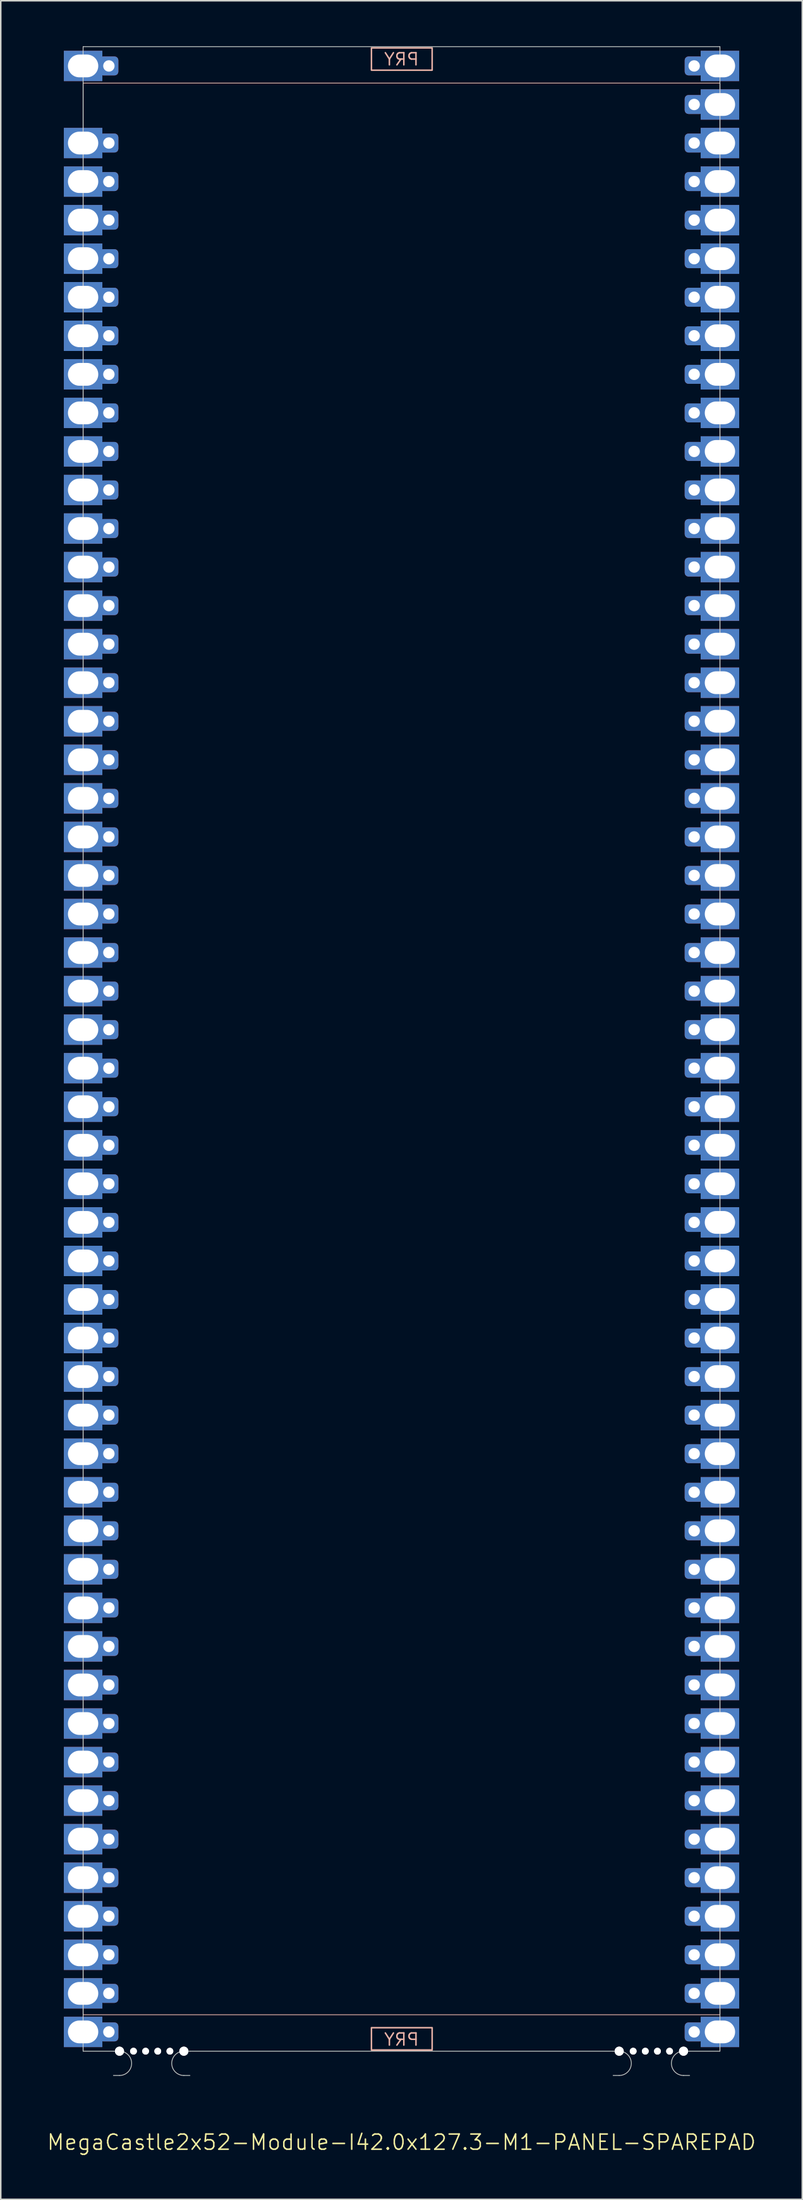
<source format=kicad_pcb>
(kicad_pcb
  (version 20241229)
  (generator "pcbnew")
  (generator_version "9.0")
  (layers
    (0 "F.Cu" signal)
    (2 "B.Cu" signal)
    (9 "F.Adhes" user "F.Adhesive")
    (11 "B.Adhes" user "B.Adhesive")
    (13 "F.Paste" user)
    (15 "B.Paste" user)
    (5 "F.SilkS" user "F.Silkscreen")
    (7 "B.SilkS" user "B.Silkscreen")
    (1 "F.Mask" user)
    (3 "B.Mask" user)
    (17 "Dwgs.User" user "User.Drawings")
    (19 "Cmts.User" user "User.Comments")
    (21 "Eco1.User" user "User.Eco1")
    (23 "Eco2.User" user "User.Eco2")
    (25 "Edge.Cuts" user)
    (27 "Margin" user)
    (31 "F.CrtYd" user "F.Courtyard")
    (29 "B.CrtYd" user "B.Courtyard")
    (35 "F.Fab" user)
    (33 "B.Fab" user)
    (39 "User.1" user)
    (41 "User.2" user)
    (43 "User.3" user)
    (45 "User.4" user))
  (footprint "MegaCastle2x52-Module-I42.0x127.3-M1-PANEL-SPAREPAD"
    (layer "F.Cu")
    (at 23.431 66.065)
    (property "Reference" "MegaCastle2x52-Module-I42.0x127.3-M1-PANEL-SPAREPAD" (at 0 72.04 0) (unlocked yes) (layer "F.SilkS") (effects (font (size 1 1) (thickness 0.1))))
    (attr smd)
    (fp_rect (start -21 63.64) (end 21 -63.64) (stroke (width 0.05) (type default)) (fill no) (layer "B.SilkS"))
    (fp_rect (start -1.984 -64.491) (end 2.02 -65.96) (stroke (width 0.1) (type default)) (fill no) (layer "B.SilkS"))
    (fp_rect (start -1.984 64.491) (end 2.02 65.96) (stroke (width 0.1) (type default)) (fill no) (layer "B.SilkS"))
    (fp_line (start -21 -66.04) (end -21 66.04) (stroke (width 0.05) (type default)) (layer "Edge.Cuts"))
    (fp_line (start -21 -66.04) (end 21 -66.04) (stroke (width 0.05) (type default)) (layer "Edge.Cuts"))
    (fp_line (start -21 66.04) (end -19 66.04) (stroke (width 0.05) (type default)) (layer "Edge.Cuts"))
    (fp_line (start -19 66.04) (end -18.6 66.04) (stroke (width 0.05) (type default)) (layer "Edge.Cuts"))
    (fp_line (start -19 67.64) (end -18.6 67.64) (stroke (width 0.05) (type default)) (layer "Edge.Cuts"))
    (fp_line (start -13.955 66.04) (end -14.355 66.04) (stroke (width 0.05) (type default)) (layer "Edge.Cuts"))
    (fp_line (start -13.955 66.04) (end 13.955 66.04) (stroke (width 0.05) (type default)) (layer "Edge.Cuts"))
    (fp_line (start -13.955 67.64) (end -14.355 67.64) (stroke (width 0.05) (type default)) (layer "Edge.Cuts"))
    (fp_line (start 13.955 66.04) (end 14.355 66.04) (stroke (width 0.05) (type default)) (layer "Edge.Cuts"))
    (fp_line (start 13.955 67.64) (end 14.355 67.64) (stroke (width 0.05) (type default)) (layer "Edge.Cuts"))
    (fp_line (start 19 66.04) (end 18.6 66.04) (stroke (width 0.05) (type default)) (layer "Edge.Cuts"))
    (fp_line (start 19 66.04) (end 21 66.04) (stroke (width 0.05) (type default)) (layer "Edge.Cuts"))
    (fp_line (start 19 67.64) (end 18.6 67.64) (stroke (width 0.05) (type default)) (layer "Edge.Cuts"))
    (fp_line (start 21 -66.04) (end 21 66.04) (stroke (width 0.05) (type default)) (layer "Edge.Cuts"))
    (fp_arc (start -18.6 66.040001) (mid -17.799999 66.839996) (end -18.6 67.639999) (stroke (width 0.05) (type default)) (layer "Edge.Cuts"))
    (fp_arc (start -14.355 67.639999) (mid -15.155 66.84) (end -14.355 66.040001) (stroke (width 0.05) (type default)) (layer "Edge.Cuts"))
    (fp_arc (start 14.355001 66.040001) (mid 15.155002 66.839996) (end 14.355001 67.639999) (stroke (width 0.05) (type default)) (layer "Edge.Cuts"))
    (fp_arc (start 18.600002 67.639999) (mid 17.800001 66.84) (end 18.600002 66.040001) (stroke (width 0.05) (type default)) (layer "Edge.Cuts"))
    (fp_text user "PRY" (at 0 65.74 0) (unlocked yes) (layer "B.SilkS") (effects (font (size 0.8 0.8) (thickness 0.1)) (justify bottom mirror)))
    (fp_text user "PRY" (at 0 -64.74 0) (unlocked yes) (layer "B.SilkS") (effects (font (size 0.8 0.8) (thickness 0.1)) (justify bottom mirror)))
    (pad "" np_thru_hole circle (at -18.6 66.04) (size 0.6 0.6) (drill 0.6) (layers "*.Cu" "Edge.Cuts"))
    (pad "" np_thru_hole circle (at -17.677 66.04) (size 0.45 0.45) (drill 0.45) (layers "*.Cu" "Edge.Cuts"))
    (pad "" np_thru_hole circle (at -16.878 66.04) (size 0.45 0.45) (drill 0.45) (layers "*.Cu" "Edge.Cuts"))
    (pad "" np_thru_hole circle (at -16.077 66.04) (size 0.45 0.45) (drill 0.45) (layers "*.Cu" "Edge.Cuts"))
    (pad "" np_thru_hole circle (at -15.277 66.04) (size 0.45 0.45) (drill 0.45) (layers "*.Cu" "Edge.Cuts"))
    (pad "" np_thru_hole circle (at -14.355 66.04) (size 0.6 0.6) (drill 0.6) (layers "*.Cu" "Edge.Cuts"))
    (pad "" np_thru_hole circle (at 14.355 66.04) (size 0.6 0.6) (drill 0.6) (layers "*.Cu" "Edge.Cuts"))
    (pad "" np_thru_hole circle (at 15.278 66.04) (size 0.45 0.45) (drill 0.45) (layers "*.Cu" "Edge.Cuts"))
    (pad "" np_thru_hole circle (at 16.078 66.04) (size 0.45 0.45) (drill 0.45) (layers "*.Cu" "Edge.Cuts"))
    (pad "" np_thru_hole circle (at 16.878 66.04) (size 0.45 0.45) (drill 0.45) (layers "*.Cu" "Edge.Cuts"))
    (pad "" np_thru_hole circle (at 17.678 66.04) (size 0.45 0.45) (drill 0.45) (layers "*.Cu" "Edge.Cuts"))
    (pad "" np_thru_hole circle (at 18.6 66.04) (size 0.6 0.6) (drill 0.6) (layers "*.Cu" "Edge.Cuts"))
    (pad "1" thru_hole rect (at -21 -64.77) (size 2.54 2) (drill oval 2 1.5) (property pad_prop_castellated) (layers "*.Cu" "*.Mask"))
    (pad "1" thru_hole roundrect (at -19.3 -64.77 180) (size 1.25 1.25) (drill 0.75) (layers "*.Cu" "*.Mask") (roundrect_rratio 0.2))
    (pad "3" thru_hole rect (at -21 -59.69) (size 2.54 2) (drill oval 2 1.5) (property pad_prop_castellated) (layers "*.Cu" "*.Mask"))
    (pad "3" thru_hole roundrect (at -19.3 -59.69 180) (size 1.25 1.25) (drill 0.75) (layers "*.Cu" "*.Mask") (roundrect_rratio 0.2))
    (pad "4" thru_hole rect (at -21 -57.15) (size 2.54 2) (drill oval 2 1.5) (property pad_prop_castellated) (layers "*.Cu" "*.Mask"))
    (pad "4" thru_hole roundrect (at -19.3 -57.15 180) (size 1.25 1.25) (drill 0.75) (layers "*.Cu" "*.Mask") (roundrect_rratio 0.2))
    (pad "5" thru_hole rect (at -21 -54.61) (size 2.54 2) (drill oval 2 1.5) (property pad_prop_castellated) (layers "*.Cu" "*.Mask"))
    (pad "5" thru_hole roundrect (at -19.3 -54.61 180) (size 1.25 1.25) (drill 0.75) (layers "*.Cu" "*.Mask") (roundrect_rratio 0.2))
    (pad "6" thru_hole rect (at -21 -52.07) (size 2.54 2) (drill oval 2 1.5) (property pad_prop_castellated) (layers "*.Cu" "*.Mask"))
    (pad "6" thru_hole roundrect (at -19.3 -52.07 180) (size 1.25 1.25) (drill 0.75) (layers "*.Cu" "*.Mask") (roundrect_rratio 0.2))
    (pad "7" thru_hole rect (at -21 -49.53) (size 2.54 2) (drill oval 2 1.5) (property pad_prop_castellated) (layers "*.Cu" "*.Mask"))
    (pad "7" thru_hole roundrect (at -19.3 -49.53 180) (size 1.25 1.25) (drill 0.75) (layers "*.Cu" "*.Mask") (roundrect_rratio 0.2))
    (pad "8" thru_hole rect (at -21 -46.99) (size 2.54 2) (drill oval 2 1.5) (property pad_prop_castellated) (layers "*.Cu" "*.Mask"))
    (pad "8" thru_hole roundrect (at -19.3 -46.99 180) (size 1.25 1.25) (drill 0.75) (layers "*.Cu" "*.Mask") (roundrect_rratio 0.2))
    (pad "9" thru_hole rect (at -21 -44.45) (size 2.54 2) (drill oval 2 1.5) (property pad_prop_castellated) (layers "*.Cu" "*.Mask"))
    (pad "9" thru_hole roundrect (at -19.3 -44.45 180) (size 1.25 1.25) (drill 0.75) (layers "*.Cu" "*.Mask") (roundrect_rratio 0.2))
    (pad "10" thru_hole rect (at -21 -41.91) (size 2.54 2) (drill oval 2 1.5) (property pad_prop_castellated) (layers "*.Cu" "*.Mask"))
    (pad "10" thru_hole roundrect (at -19.3 -41.91 180) (size 1.25 1.25) (drill 0.75) (layers "*.Cu" "*.Mask") (roundrect_rratio 0.2))
    (pad "11" thru_hole rect (at -21 -39.37) (size 2.54 2) (drill oval 2 1.5) (property pad_prop_castellated) (layers "*.Cu" "*.Mask"))
    (pad "11" thru_hole roundrect (at -19.3 -39.37 180) (size 1.25 1.25) (drill 0.75) (layers "*.Cu" "*.Mask") (roundrect_rratio 0.2))
    (pad "12" thru_hole rect (at -21 -36.83) (size 2.54 2) (drill oval 2 1.5) (property pad_prop_castellated) (layers "*.Cu" "*.Mask"))
    (pad "12" thru_hole roundrect (at -19.3 -36.83 180) (size 1.25 1.25) (drill 0.75) (layers "*.Cu" "*.Mask") (roundrect_rratio 0.2))
    (pad "13" thru_hole rect (at -21 -34.29) (size 2.54 2) (drill oval 2 1.5) (property pad_prop_castellated) (layers "*.Cu" "*.Mask"))
    (pad "13" thru_hole roundrect (at -19.3 -34.29 180) (size 1.25 1.25) (drill 0.75) (layers "*.Cu" "*.Mask") (roundrect_rratio 0.2))
    (pad "14" thru_hole rect (at -21 -31.75) (size 2.54 2) (drill oval 2 1.5) (property pad_prop_castellated) (layers "*.Cu" "*.Mask"))
    (pad "14" thru_hole roundrect (at -19.3 -31.75 180) (size 1.25 1.25) (drill 0.75) (layers "*.Cu" "*.Mask") (roundrect_rratio 0.2))
    (pad "15" thru_hole rect (at -21 -29.21) (size 2.54 2) (drill oval 2 1.5) (property pad_prop_castellated) (layers "*.Cu" "*.Mask"))
    (pad "15" thru_hole roundrect (at -19.3 -29.21 180) (size 1.25 1.25) (drill 0.75) (layers "*.Cu" "*.Mask") (roundrect_rratio 0.2))
    (pad "16" thru_hole rect (at -21 -26.67) (size 2.54 2) (drill oval 2 1.5) (property pad_prop_castellated) (layers "*.Cu" "*.Mask"))
    (pad "16" thru_hole roundrect (at -19.3 -26.67 180) (size 1.25 1.25) (drill 0.75) (layers "*.Cu" "*.Mask") (roundrect_rratio 0.2))
    (pad "17" thru_hole rect (at -21 -24.13) (size 2.54 2) (drill oval 2 1.5) (property pad_prop_castellated) (layers "*.Cu" "*.Mask"))
    (pad "17" thru_hole roundrect (at -19.3 -24.13 180) (size 1.25 1.25) (drill 0.75) (layers "*.Cu" "*.Mask") (roundrect_rratio 0.2))
    (pad "18" thru_hole rect (at -21 -21.59) (size 2.54 2) (drill oval 2 1.5) (property pad_prop_castellated) (layers "*.Cu" "*.Mask"))
    (pad "18" thru_hole roundrect (at -19.3 -21.59 180) (size 1.25 1.25) (drill 0.75) (layers "*.Cu" "*.Mask") (roundrect_rratio 0.2))
    (pad "19" thru_hole rect (at -21 -19.05) (size 2.54 2) (drill oval 2 1.5) (property pad_prop_castellated) (layers "*.Cu" "*.Mask"))
    (pad "19" thru_hole roundrect (at -19.3 -19.05 180) (size 1.25 1.25) (drill 0.75) (layers "*.Cu" "*.Mask") (roundrect_rratio 0.2))
    (pad "20" thru_hole rect (at -21 -16.51) (size 2.54 2) (drill oval 2 1.5) (property pad_prop_castellated) (layers "*.Cu" "*.Mask"))
    (pad "20" thru_hole roundrect (at -19.3 -16.51 180) (size 1.25 1.25) (drill 0.75) (layers "*.Cu" "*.Mask") (roundrect_rratio 0.2))
    (pad "21" thru_hole rect (at -21 -13.97) (size 2.54 2) (drill oval 2 1.5) (property pad_prop_castellated) (layers "*.Cu" "*.Mask"))
    (pad "21" thru_hole roundrect (at -19.3 -13.97 180) (size 1.25 1.25) (drill 0.75) (layers "*.Cu" "*.Mask") (roundrect_rratio 0.2))
    (pad "22" thru_hole rect (at -21 -11.43) (size 2.54 2) (drill oval 2 1.5) (property pad_prop_castellated) (layers "*.Cu" "*.Mask"))
    (pad "22" thru_hole roundrect (at -19.3 -11.43 180) (size 1.25 1.25) (drill 0.75) (layers "*.Cu" "*.Mask") (roundrect_rratio 0.2))
    (pad "23" thru_hole rect (at -21 -8.89) (size 2.54 2) (drill oval 2 1.5) (property pad_prop_castellated) (layers "*.Cu" "*.Mask"))
    (pad "23" thru_hole roundrect (at -19.3 -8.89 180) (size 1.25 1.25) (drill 0.75) (layers "*.Cu" "*.Mask") (roundrect_rratio 0.2))
    (pad "24" thru_hole rect (at -21 -6.35) (size 2.54 2) (drill oval 2 1.5) (property pad_prop_castellated) (layers "*.Cu" "*.Mask"))
    (pad "24" thru_hole roundrect (at -19.3 -6.35 180) (size 1.25 1.25) (drill 0.75) (layers "*.Cu" "*.Mask") (roundrect_rratio 0.2))
    (pad "25" thru_hole rect (at -21 -3.81) (size 2.54 2) (drill oval 2 1.5) (property pad_prop_castellated) (layers "*.Cu" "*.Mask"))
    (pad "25" thru_hole roundrect (at -19.3 -3.81 180) (size 1.25 1.25) (drill 0.75) (layers "*.Cu" "*.Mask") (roundrect_rratio 0.2))
    (pad "26" thru_hole rect (at -21 -1.27) (size 2.54 2) (drill oval 2 1.5) (property pad_prop_castellated) (layers "*.Cu" "*.Mask"))
    (pad "26" thru_hole roundrect (at -19.3 -1.27 180) (size 1.25 1.25) (drill 0.75) (layers "*.Cu" "*.Mask") (roundrect_rratio 0.2))
    (pad "27" thru_hole rect (at -21 1.27) (size 2.54 2) (drill oval 2 1.5) (property pad_prop_castellated) (layers "*.Cu" "*.Mask"))
    (pad "27" thru_hole roundrect (at -19.3 1.27 180) (size 1.25 1.25) (drill 0.75) (layers "*.Cu" "*.Mask") (roundrect_rratio 0.2))
    (pad "28" thru_hole rect (at -21 3.81) (size 2.54 2) (drill oval 2 1.5) (property pad_prop_castellated) (layers "*.Cu" "*.Mask"))
    (pad "28" thru_hole roundrect (at -19.3 3.81 180) (size 1.25 1.25) (drill 0.75) (layers "*.Cu" "*.Mask") (roundrect_rratio 0.2))
    (pad "29" thru_hole rect (at -21 6.35) (size 2.54 2) (drill oval 2 1.5) (property pad_prop_castellated) (layers "*.Cu" "*.Mask"))
    (pad "29" thru_hole roundrect (at -19.3 6.35 180) (size 1.25 1.25) (drill 0.75) (layers "*.Cu" "*.Mask") (roundrect_rratio 0.2))
    (pad "30" thru_hole rect (at -21 8.89) (size 2.54 2) (drill oval 2 1.5) (property pad_prop_castellated) (layers "*.Cu" "*.Mask"))
    (pad "30" thru_hole roundrect (at -19.3 8.89 180) (size 1.25 1.25) (drill 0.75) (layers "*.Cu" "*.Mask") (roundrect_rratio 0.2))
    (pad "31" thru_hole rect (at -21 11.43) (size 2.54 2) (drill oval 2 1.5) (property pad_prop_castellated) (layers "*.Cu" "*.Mask"))
    (pad "31" thru_hole roundrect (at -19.3 11.43 180) (size 1.25 1.25) (drill 0.75) (layers "*.Cu" "*.Mask") (roundrect_rratio 0.2))
    (pad "32" thru_hole rect (at -21 13.97) (size 2.54 2) (drill oval 2 1.5) (property pad_prop_castellated) (layers "*.Cu" "*.Mask"))
    (pad "32" thru_hole roundrect (at -19.3 13.97 180) (size 1.25 1.25) (drill 0.75) (layers "*.Cu" "*.Mask") (roundrect_rratio 0.2))
    (pad "33" thru_hole rect (at -21 16.51) (size 2.54 2) (drill oval 2 1.5) (property pad_prop_castellated) (layers "*.Cu" "*.Mask"))
    (pad "33" thru_hole roundrect (at -19.3 16.51 180) (size 1.25 1.25) (drill 0.75) (layers "*.Cu" "*.Mask") (roundrect_rratio 0.2))
    (pad "34" thru_hole rect (at -21 19.05) (size 2.54 2) (drill oval 2 1.5) (property pad_prop_castellated) (layers "*.Cu" "*.Mask"))
    (pad "34" thru_hole roundrect (at -19.3 19.05 180) (size 1.25 1.25) (drill 0.75) (layers "*.Cu" "*.Mask") (roundrect_rratio 0.2))
    (pad "35" thru_hole rect (at -21 21.59) (size 2.54 2) (drill oval 2 1.5) (property pad_prop_castellated) (layers "*.Cu" "*.Mask"))
    (pad "35" thru_hole roundrect (at -19.3 21.59 180) (size 1.25 1.25) (drill 0.75) (layers "*.Cu" "*.Mask") (roundrect_rratio 0.2))
    (pad "36" thru_hole rect (at -21 24.13) (size 2.54 2) (drill oval 2 1.5) (property pad_prop_castellated) (layers "*.Cu" "*.Mask"))
    (pad "36" thru_hole roundrect (at -19.3 24.13 180) (size 1.25 1.25) (drill 0.75) (layers "*.Cu" "*.Mask") (roundrect_rratio 0.2))
    (pad "37" thru_hole rect (at -21 26.67) (size 2.54 2) (drill oval 2 1.5) (property pad_prop_castellated) (layers "*.Cu" "*.Mask"))
    (pad "37" thru_hole roundrect (at -19.3 26.67 180) (size 1.25 1.25) (drill 0.75) (layers "*.Cu" "*.Mask") (roundrect_rratio 0.2))
    (pad "38" thru_hole rect (at -21 29.21) (size 2.54 2) (drill oval 2 1.5) (property pad_prop_castellated) (layers "*.Cu" "*.Mask"))
    (pad "38" thru_hole roundrect (at -19.3 29.21 180) (size 1.25 1.25) (drill 0.75) (layers "*.Cu" "*.Mask") (roundrect_rratio 0.2))
    (pad "39" thru_hole rect (at -21 31.75) (size 2.54 2) (drill oval 2 1.5) (property pad_prop_castellated) (layers "*.Cu" "*.Mask"))
    (pad "39" thru_hole roundrect (at -19.3 31.75 180) (size 1.25 1.25) (drill 0.75) (layers "*.Cu" "*.Mask") (roundrect_rratio 0.2))
    (pad "40" thru_hole rect (at -21 34.29) (size 2.54 2) (drill oval 2 1.5) (property pad_prop_castellated) (layers "*.Cu" "*.Mask"))
    (pad "40" thru_hole roundrect (at -19.3 34.29 180) (size 1.25 1.25) (drill 0.75) (layers "*.Cu" "*.Mask") (roundrect_rratio 0.2))
    (pad "41" thru_hole rect (at -21 36.83) (size 2.54 2) (drill oval 2 1.5) (property pad_prop_castellated) (layers "*.Cu" "*.Mask"))
    (pad "41" thru_hole roundrect (at -19.3 36.83 180) (size 1.25 1.25) (drill 0.75) (layers "*.Cu" "*.Mask") (roundrect_rratio 0.2))
    (pad "42" thru_hole rect (at -21 39.37) (size 2.54 2) (drill oval 2 1.5) (property pad_prop_castellated) (layers "*.Cu" "*.Mask"))
    (pad "42" thru_hole roundrect (at -19.3 39.37 180) (size 1.25 1.25) (drill 0.75) (layers "*.Cu" "*.Mask") (roundrect_rratio 0.2))
    (pad "43" thru_hole rect (at -21 41.91) (size 2.54 2) (drill oval 2 1.5) (property pad_prop_castellated) (layers "*.Cu" "*.Mask"))
    (pad "43" thru_hole roundrect (at -19.3 41.91 180) (size 1.25 1.25) (drill 0.75) (layers "*.Cu" "*.Mask") (roundrect_rratio 0.2))
    (pad "44" thru_hole rect (at -21 44.45) (size 2.54 2) (drill oval 2 1.5) (property pad_prop_castellated) (layers "*.Cu" "*.Mask"))
    (pad "44" thru_hole roundrect (at -19.3 44.45 180) (size 1.25 1.25) (drill 0.75) (layers "*.Cu" "*.Mask") (roundrect_rratio 0.2))
    (pad "45" thru_hole rect (at -21 46.99) (size 2.54 2) (drill oval 2 1.5) (property pad_prop_castellated) (layers "*.Cu" "*.Mask"))
    (pad "45" thru_hole roundrect (at -19.3 46.99 180) (size 1.25 1.25) (drill 0.75) (layers "*.Cu" "*.Mask") (roundrect_rratio 0.2))
    (pad "46" thru_hole rect (at -21 49.53) (size 2.54 2) (drill oval 2 1.5) (property pad_prop_castellated) (layers "*.Cu" "*.Mask"))
    (pad "46" thru_hole roundrect (at -19.3 49.53 180) (size 1.25 1.25) (drill 0.75) (layers "*.Cu" "*.Mask") (roundrect_rratio 0.2))
    (pad "47" thru_hole rect (at -21 52.07) (size 2.54 2) (drill oval 2 1.5) (property pad_prop_castellated) (layers "*.Cu" "*.Mask"))
    (pad "47" thru_hole roundrect (at -19.3 52.07 180) (size 1.25 1.25) (drill 0.75) (layers "*.Cu" "*.Mask") (roundrect_rratio 0.2))
    (pad "48" thru_hole rect (at -21 54.61) (size 2.54 2) (drill oval 2 1.5) (property pad_prop_castellated) (layers "*.Cu" "*.Mask"))
    (pad "48" thru_hole roundrect (at -19.3 54.61 180) (size 1.25 1.25) (drill 0.75) (layers "*.Cu" "*.Mask") (roundrect_rratio 0.2))
    (pad "49" thru_hole rect (at -21 57.15) (size 2.54 2) (drill oval 2 1.5) (property pad_prop_castellated) (layers "*.Cu" "*.Mask"))
    (pad "49" thru_hole roundrect (at -19.3 57.15 180) (size 1.25 1.25) (drill 0.75) (layers "*.Cu" "*.Mask") (roundrect_rratio 0.2))
    (pad "50" thru_hole rect (at -21 59.69) (size 2.54 2) (drill oval 2 1.5) (property pad_prop_castellated) (layers "*.Cu" "*.Mask"))
    (pad "50" thru_hole roundrect (at -19.3 59.69 180) (size 1.25 1.25) (drill 0.75) (layers "*.Cu" "*.Mask") (roundrect_rratio 0.2))
    (pad "51" thru_hole rect (at -21 62.23) (size 2.54 2) (drill oval 2 1.5) (property pad_prop_castellated) (layers "*.Cu" "*.Mask"))
    (pad "51" thru_hole roundrect (at -19.3 62.23 180) (size 1.25 1.25) (drill 0.75) (layers "*.Cu" "*.Mask") (roundrect_rratio 0.2))
    (pad "52" thru_hole rect (at -21 64.77) (size 2.54 2) (drill oval 2 1.5) (property pad_prop_castellated) (layers "*.Cu" "*.Mask"))
    (pad "52" thru_hole roundrect (at -19.3 64.77 180) (size 1.25 1.25) (drill 0.75) (layers "*.Cu" "*.Mask") (roundrect_rratio 0.2))
    (pad "53" thru_hole roundrect (at 19.3 -64.77 180) (size 1.25 1.25) (drill 0.75) (layers "*.Cu" "*.Mask") (roundrect_rratio 0.2))
    (pad "53" thru_hole rect (at 21 -64.77) (size 2.54 2) (drill oval 2 1.5) (property pad_prop_castellated) (layers "*.Cu" "*.Mask"))
    (pad "54" thru_hole roundrect (at 19.3 -62.23 180) (size 1.25 1.25) (drill 0.75) (layers "*.Cu" "*.Mask") (roundrect_rratio 0.2))
    (pad "54" thru_hole rect (at 21 -62.23) (size 2.54 2) (drill oval 2 1.5) (property pad_prop_castellated) (layers "*.Cu" "*.Mask"))
    (pad "55" thru_hole roundrect (at 19.3 -59.69 180) (size 1.25 1.25) (drill 0.75) (layers "*.Cu" "*.Mask") (roundrect_rratio 0.2))
    (pad "55" thru_hole rect (at 21 -59.69) (size 2.54 2) (drill oval 2 1.5) (property pad_prop_castellated) (layers "*.Cu" "*.Mask"))
    (pad "56" thru_hole roundrect (at 19.3 -57.15 180) (size 1.25 1.25) (drill 0.75) (layers "*.Cu" "*.Mask") (roundrect_rratio 0.2))
    (pad "56" thru_hole rect (at 21 -57.15) (size 2.54 2) (drill oval 2 1.5) (property pad_prop_castellated) (layers "*.Cu" "*.Mask"))
    (pad "57" thru_hole roundrect (at 19.3 -54.61 180) (size 1.25 1.25) (drill 0.75) (layers "*.Cu" "*.Mask") (roundrect_rratio 0.2))
    (pad "57" thru_hole rect (at 21 -54.61) (size 2.54 2) (drill oval 2 1.5) (property pad_prop_castellated) (layers "*.Cu" "*.Mask"))
    (pad "58" thru_hole roundrect (at 19.3 -52.07 180) (size 1.25 1.25) (drill 0.75) (layers "*.Cu" "*.Mask") (roundrect_rratio 0.2))
    (pad "58" thru_hole rect (at 21 -52.07) (size 2.54 2) (drill oval 2 1.5) (property pad_prop_castellated) (layers "*.Cu" "*.Mask"))
    (pad "59" thru_hole roundrect (at 19.3 -49.53 180) (size 1.25 1.25) (drill 0.75) (layers "*.Cu" "*.Mask") (roundrect_rratio 0.2))
    (pad "59" thru_hole rect (at 21 -49.53) (size 2.54 2) (drill oval 2 1.5) (property pad_prop_castellated) (layers "*.Cu" "*.Mask"))
    (pad "60" thru_hole roundrect (at 19.3 -46.99 180) (size 1.25 1.25) (drill 0.75) (layers "*.Cu" "*.Mask") (roundrect_rratio 0.2))
    (pad "60" thru_hole rect (at 21 -46.99) (size 2.54 2) (drill oval 2 1.5) (property pad_prop_castellated) (layers "*.Cu" "*.Mask"))
    (pad "61" thru_hole roundrect (at 19.3 -44.45 180) (size 1.25 1.25) (drill 0.75) (layers "*.Cu" "*.Mask") (roundrect_rratio 0.2))
    (pad "61" thru_hole rect (at 21 -44.45) (size 2.54 2) (drill oval 2 1.5) (property pad_prop_castellated) (layers "*.Cu" "*.Mask"))
    (pad "62" thru_hole roundrect (at 19.3 -41.91 180) (size 1.25 1.25) (drill 0.75) (layers "*.Cu" "*.Mask") (roundrect_rratio 0.2))
    (pad "62" thru_hole rect (at 21 -41.91) (size 2.54 2) (drill oval 2 1.5) (property pad_prop_castellated) (layers "*.Cu" "*.Mask"))
    (pad "63" thru_hole roundrect (at 19.3 -39.37 180) (size 1.25 1.25) (drill 0.75) (layers "*.Cu" "*.Mask") (roundrect_rratio 0.2))
    (pad "63" thru_hole rect (at 21 -39.37) (size 2.54 2) (drill oval 2 1.5) (property pad_prop_castellated) (layers "*.Cu" "*.Mask"))
    (pad "64" thru_hole roundrect (at 19.3 -36.83 180) (size 1.25 1.25) (drill 0.75) (layers "*.Cu" "*.Mask") (roundrect_rratio 0.2))
    (pad "64" thru_hole rect (at 21 -36.83) (size 2.54 2) (drill oval 2 1.5) (property pad_prop_castellated) (layers "*.Cu" "*.Mask"))
    (pad "65" thru_hole roundrect (at 19.3 -34.29 180) (size 1.25 1.25) (drill 0.75) (layers "*.Cu" "*.Mask") (roundrect_rratio 0.2))
    (pad "65" thru_hole rect (at 21 -34.29) (size 2.54 2) (drill oval 2 1.5) (property pad_prop_castellated) (layers "*.Cu" "*.Mask"))
    (pad "66" thru_hole roundrect (at 19.3 -31.75 180) (size 1.25 1.25) (drill 0.75) (layers "*.Cu" "*.Mask") (roundrect_rratio 0.2))
    (pad "66" thru_hole rect (at 21 -31.75) (size 2.54 2) (drill oval 2 1.5) (property pad_prop_castellated) (layers "*.Cu" "*.Mask"))
    (pad "67" thru_hole roundrect (at 19.3 -29.21 180) (size 1.25 1.25) (drill 0.75) (layers "*.Cu" "*.Mask") (roundrect_rratio 0.2))
    (pad "67" thru_hole rect (at 21 -29.21) (size 2.54 2) (drill oval 2 1.5) (property pad_prop_castellated) (layers "*.Cu" "*.Mask"))
    (pad "68" thru_hole roundrect (at 19.3 -26.67 180) (size 1.25 1.25) (drill 0.75) (layers "*.Cu" "*.Mask") (roundrect_rratio 0.2))
    (pad "68" thru_hole rect (at 21 -26.67) (size 2.54 2) (drill oval 2 1.5) (property pad_prop_castellated) (layers "*.Cu" "*.Mask"))
    (pad "69" thru_hole roundrect (at 19.3 -24.13 180) (size 1.25 1.25) (drill 0.75) (layers "*.Cu" "*.Mask") (roundrect_rratio 0.2))
    (pad "69" thru_hole rect (at 21 -24.13) (size 2.54 2) (drill oval 2 1.5) (property pad_prop_castellated) (layers "*.Cu" "*.Mask"))
    (pad "70" thru_hole roundrect (at 19.3 -21.59 180) (size 1.25 1.25) (drill 0.75) (layers "*.Cu" "*.Mask") (roundrect_rratio 0.2))
    (pad "70" thru_hole rect (at 21 -21.59) (size 2.54 2) (drill oval 2 1.5) (property pad_prop_castellated) (layers "*.Cu" "*.Mask"))
    (pad "71" thru_hole roundrect (at 19.3 -19.05 180) (size 1.25 1.25) (drill 0.75) (layers "*.Cu" "*.Mask") (roundrect_rratio 0.2))
    (pad "71" thru_hole rect (at 21 -19.05) (size 2.54 2) (drill oval 2 1.5) (property pad_prop_castellated) (layers "*.Cu" "*.Mask"))
    (pad "72" thru_hole roundrect (at 19.3 -16.51 180) (size 1.25 1.25) (drill 0.75) (layers "*.Cu" "*.Mask") (roundrect_rratio 0.2))
    (pad "72" thru_hole rect (at 21 -16.51) (size 2.54 2) (drill oval 2 1.5) (property pad_prop_castellated) (layers "*.Cu" "*.Mask"))
    (pad "73" thru_hole roundrect (at 19.3 -13.97 180) (size 1.25 1.25) (drill 0.75) (layers "*.Cu" "*.Mask") (roundrect_rratio 0.2))
    (pad "73" thru_hole rect (at 21 -13.97) (size 2.54 2) (drill oval 2 1.5) (property pad_prop_castellated) (layers "*.Cu" "*.Mask"))
    (pad "74" thru_hole roundrect (at 19.3 -11.43 180) (size 1.25 1.25) (drill 0.75) (layers "*.Cu" "*.Mask") (roundrect_rratio 0.2))
    (pad "74" thru_hole rect (at 21 -11.43) (size 2.54 2) (drill oval 2 1.5) (property pad_prop_castellated) (layers "*.Cu" "*.Mask"))
    (pad "75" thru_hole roundrect (at 19.3 -8.89 180) (size 1.25 1.25) (drill 0.75) (layers "*.Cu" "*.Mask") (roundrect_rratio 0.2))
    (pad "75" thru_hole rect (at 21 -8.89) (size 2.54 2) (drill oval 2 1.5) (property pad_prop_castellated) (layers "*.Cu" "*.Mask"))
    (pad "76" thru_hole roundrect (at 19.3 -6.35 180) (size 1.25 1.25) (drill 0.75) (layers "*.Cu" "*.Mask") (roundrect_rratio 0.2))
    (pad "76" thru_hole rect (at 21 -6.35) (size 2.54 2) (drill oval 2 1.5) (property pad_prop_castellated) (layers "*.Cu" "*.Mask"))
    (pad "77" thru_hole roundrect (at 19.3 -3.81 180) (size 1.25 1.25) (drill 0.75) (layers "*.Cu" "*.Mask") (roundrect_rratio 0.2))
    (pad "77" thru_hole rect (at 21 -3.81) (size 2.54 2) (drill oval 2 1.5) (property pad_prop_castellated) (layers "*.Cu" "*.Mask"))
    (pad "78" thru_hole roundrect (at 19.3 -1.27 180) (size 1.25 1.25) (drill 0.75) (layers "*.Cu" "*.Mask") (roundrect_rratio 0.2))
    (pad "78" thru_hole rect (at 21 -1.27) (size 2.54 2) (drill oval 2 1.5) (property pad_prop_castellated) (layers "*.Cu" "*.Mask"))
    (pad "79" thru_hole roundrect (at 19.3 1.27 180) (size 1.25 1.25) (drill 0.75) (layers "*.Cu" "*.Mask") (roundrect_rratio 0.2))
    (pad "79" thru_hole rect (at 21 1.27) (size 2.54 2) (drill oval 2 1.5) (property pad_prop_castellated) (layers "*.Cu" "*.Mask"))
    (pad "80" thru_hole roundrect (at 19.3 3.81 180) (size 1.25 1.25) (drill 0.75) (layers "*.Cu" "*.Mask") (roundrect_rratio 0.2))
    (pad "80" thru_hole rect (at 21 3.81) (size 2.54 2) (drill oval 2 1.5) (property pad_prop_castellated) (layers "*.Cu" "*.Mask"))
    (pad "81" thru_hole roundrect (at 19.3 6.35 180) (size 1.25 1.25) (drill 0.75) (layers "*.Cu" "*.Mask") (roundrect_rratio 0.2))
    (pad "81" thru_hole rect (at 21 6.35) (size 2.54 2) (drill oval 2 1.5) (property pad_prop_castellated) (layers "*.Cu" "*.Mask"))
    (pad "82" thru_hole roundrect (at 19.3 8.89 180) (size 1.25 1.25) (drill 0.75) (layers "*.Cu" "*.Mask") (roundrect_rratio 0.2))
    (pad "82" thru_hole rect (at 21 8.89) (size 2.54 2) (drill oval 2 1.5) (property pad_prop_castellated) (layers "*.Cu" "*.Mask"))
    (pad "83" thru_hole roundrect (at 19.3 11.43 180) (size 1.25 1.25) (drill 0.75) (layers "*.Cu" "*.Mask") (roundrect_rratio 0.2))
    (pad "83" thru_hole rect (at 21 11.43) (size 2.54 2) (drill oval 2 1.5) (property pad_prop_castellated) (layers "*.Cu" "*.Mask"))
    (pad "84" thru_hole roundrect (at 19.3 13.97 180) (size 1.25 1.25) (drill 0.75) (layers "*.Cu" "*.Mask") (roundrect_rratio 0.2))
    (pad "84" thru_hole rect (at 21 13.97) (size 2.54 2) (drill oval 2 1.5) (property pad_prop_castellated) (layers "*.Cu" "*.Mask"))
    (pad "85" thru_hole roundrect (at 19.3 16.51 180) (size 1.25 1.25) (drill 0.75) (layers "*.Cu" "*.Mask") (roundrect_rratio 0.2))
    (pad "85" thru_hole rect (at 21 16.51) (size 2.54 2) (drill oval 2 1.5) (property pad_prop_castellated) (layers "*.Cu" "*.Mask"))
    (pad "86" thru_hole roundrect (at 19.3 19.05 180) (size 1.25 1.25) (drill 0.75) (layers "*.Cu" "*.Mask") (roundrect_rratio 0.2))
    (pad "86" thru_hole rect (at 21 19.05) (size 2.54 2) (drill oval 2 1.5) (property pad_prop_castellated) (layers "*.Cu" "*.Mask"))
    (pad "87" thru_hole roundrect (at 19.3 21.59 180) (size 1.25 1.25) (drill 0.75) (layers "*.Cu" "*.Mask") (roundrect_rratio 0.2))
    (pad "87" thru_hole rect (at 21 21.59) (size 2.54 2) (drill oval 2 1.5) (property pad_prop_castellated) (layers "*.Cu" "*.Mask"))
    (pad "88" thru_hole roundrect (at 19.3 24.13 180) (size 1.25 1.25) (drill 0.75) (layers "*.Cu" "*.Mask") (roundrect_rratio 0.2))
    (pad "88" thru_hole rect (at 21 24.13) (size 2.54 2) (drill oval 2 1.5) (property pad_prop_castellated) (layers "*.Cu" "*.Mask"))
    (pad "89" thru_hole roundrect (at 19.3 26.67 180) (size 1.25 1.25) (drill 0.75) (layers "*.Cu" "*.Mask") (roundrect_rratio 0.2))
    (pad "89" thru_hole rect (at 21 26.67) (size 2.54 2) (drill oval 2 1.5) (property pad_prop_castellated) (layers "*.Cu" "*.Mask"))
    (pad "90" thru_hole roundrect (at 19.3 29.21 180) (size 1.25 1.25) (drill 0.75) (layers "*.Cu" "*.Mask") (roundrect_rratio 0.2))
    (pad "90" thru_hole rect (at 21 29.21) (size 2.54 2) (drill oval 2 1.5) (property pad_prop_castellated) (layers "*.Cu" "*.Mask"))
    (pad "91" thru_hole roundrect (at 19.3 31.75 180) (size 1.25 1.25) (drill 0.75) (layers "*.Cu" "*.Mask") (roundrect_rratio 0.2))
    (pad "91" thru_hole rect (at 21 31.75) (size 2.54 2) (drill oval 2 1.5) (property pad_prop_castellated) (layers "*.Cu" "*.Mask"))
    (pad "92" thru_hole roundrect (at 19.3 34.29 180) (size 1.25 1.25) (drill 0.75) (layers "*.Cu" "*.Mask") (roundrect_rratio 0.2))
    (pad "92" thru_hole rect (at 21 34.29) (size 2.54 2) (drill oval 2 1.5) (property pad_prop_castellated) (layers "*.Cu" "*.Mask"))
    (pad "93" thru_hole roundrect (at 19.3 36.83 180) (size 1.25 1.25) (drill 0.75) (layers "*.Cu" "*.Mask") (roundrect_rratio 0.2))
    (pad "93" thru_hole rect (at 21 36.83) (size 2.54 2) (drill oval 2 1.5) (property pad_prop_castellated) (layers "*.Cu" "*.Mask"))
    (pad "94" thru_hole roundrect (at 19.3 39.37 180) (size 1.25 1.25) (drill 0.75) (layers "*.Cu" "*.Mask") (roundrect_rratio 0.2))
    (pad "94" thru_hole rect (at 21 39.37) (size 2.54 2) (drill oval 2 1.5) (property pad_prop_castellated) (layers "*.Cu" "*.Mask"))
    (pad "95" thru_hole roundrect (at 19.3 41.91 180) (size 1.25 1.25) (drill 0.75) (layers "*.Cu" "*.Mask") (roundrect_rratio 0.2))
    (pad "95" thru_hole rect (at 21 41.91) (size 2.54 2) (drill oval 2 1.5) (property pad_prop_castellated) (layers "*.Cu" "*.Mask"))
    (pad "96" thru_hole roundrect (at 19.3 44.45 180) (size 1.25 1.25) (drill 0.75) (layers "*.Cu" "*.Mask") (roundrect_rratio 0.2))
    (pad "96" thru_hole rect (at 21 44.45) (size 2.54 2) (drill oval 2 1.5) (property pad_prop_castellated) (layers "*.Cu" "*.Mask"))
    (pad "97" thru_hole roundrect (at 19.3 46.99 180) (size 1.25 1.25) (drill 0.75) (layers "*.Cu" "*.Mask") (roundrect_rratio 0.2))
    (pad "97" thru_hole rect (at 21 46.99) (size 2.54 2) (drill oval 2 1.5) (property pad_prop_castellated) (layers "*.Cu" "*.Mask"))
    (pad "98" thru_hole roundrect (at 19.3 49.53 180) (size 1.25 1.25) (drill 0.75) (layers "*.Cu" "*.Mask") (roundrect_rratio 0.2))
    (pad "98" thru_hole rect (at 21 49.53) (size 2.54 2) (drill oval 2 1.5) (property pad_prop_castellated) (layers "*.Cu" "*.Mask"))
    (pad "99" thru_hole roundrect (at 19.3 52.07 180) (size 1.25 1.25) (drill 0.75) (layers "*.Cu" "*.Mask") (roundrect_rratio 0.2))
    (pad "99" thru_hole rect (at 21 52.07) (size 2.54 2) (drill oval 2 1.5) (property pad_prop_castellated) (layers "*.Cu" "*.Mask"))
    (pad "100" thru_hole roundrect (at 19.3 54.61 180) (size 1.25 1.25) (drill 0.75) (layers "*.Cu" "*.Mask") (roundrect_rratio 0.2))
    (pad "100" thru_hole rect (at 21 54.61) (size 2.54 2) (drill oval 2 1.5) (property pad_prop_castellated) (layers "*.Cu" "*.Mask"))
    (pad "101" thru_hole roundrect (at 19.3 57.15 180) (size 1.25 1.25) (drill 0.75) (layers "*.Cu" "*.Mask") (roundrect_rratio 0.2))
    (pad "101" thru_hole rect (at 21 57.15) (size 2.54 2) (drill oval 2 1.5) (property pad_prop_castellated) (layers "*.Cu" "*.Mask"))
    (pad "102" thru_hole roundrect (at 19.3 59.69 180) (size 1.25 1.25) (drill 0.75) (layers "*.Cu" "*.Mask") (roundrect_rratio 0.2))
    (pad "102" thru_hole rect (at 21 59.69) (size 2.54 2) (drill oval 2 1.5) (property pad_prop_castellated) (layers "*.Cu" "*.Mask"))
    (pad "103" thru_hole roundrect (at 19.3 62.23 180) (size 1.25 1.25) (drill 0.75) (layers "*.Cu" "*.Mask") (roundrect_rratio 0.2))
    (pad "103" thru_hole rect (at 21 62.23) (size 2.54 2) (drill oval 2 1.5) (property pad_prop_castellated) (layers "*.Cu" "*.Mask"))
    (pad "104" thru_hole roundrect (at 19.3 64.77 180) (size 1.25 1.25) (drill 0.75) (layers "*.Cu" "*.Mask") (roundrect_rratio 0.2))
    (pad "104" thru_hole rect (at 21 64.77) (size 2.54 2) (drill oval 2 1.5) (property pad_prop_castellated) (layers "*.Cu" "*.Mask"))
    (zone (net_name "") (layer "B.Cu") (hatch edge 0.5) (connect_pads) (min_thickness 0.25) (filled_areas_thickness no) (keepout (tracks allowed) (vias allowed) (pads allowed) (copperpour allowed) (footprints not_allowed)) (placement (enabled no)) (fill) (polygon (pts (xy 2.431 132.105) (xy 2.431 0.025))))
    (zone (net_name "") (layer "B.Cu") (hatch edge 0.5) (connect_pads) (min_thickness 0.25) (filled_areas_thickness no) (keepout (tracks allowed) (vias allowed) (pads allowed) (copperpour allowed) (footprints not_allowed)) (placement (enabled no)) (fill) (polygon (pts (xy 44.431 132.105) (xy 44.431 0.025))))
    (zone (net_name "") (layer "B.Cu") (hatch edge 0.5) (connect_pads) (min_thickness 0.25) (filled_areas_thickness no) (keepout (tracks allowed) (vias allowed) (pads allowed) (copperpour allowed) (footprints not_allowed)) (placement (enabled no)) (fill) (polygon (pts (xy 2.431 0.025) (xy 2.431 2.425) (xy 44.431 2.425) (xy 44.431 0.025))))
    (zone (net_name "") (layer "B.Cu") (hatch edge 0.5) (connect_pads) (min_thickness 0.25) (filled_areas_thickness no) (keepout (tracks allowed) (vias allowed) (pads allowed) (copperpour allowed) (footprints not_allowed)) (placement (enabled no)) (fill) (polygon (pts (xy 2.431 132.105) (xy 2.431 129.705) (xy 44.431 129.705) (xy 44.431 132.105))))
    (zone (net_name "") (layer "B.Cu") (name "Upper Pry Zone") (hatch edge 0.5) (connect_pads) (min_thickness 0.25) (filled_areas_thickness no) (keepout (tracks not_allowed) (vias not_allowed) (pads not_allowed) (copperpour allowed) (footprints not_allowed)) (placement (enabled no)) (fill) (polygon (pts (xy 21.447 1.574) (xy 21.447 0.105) (xy 25.45 0.105) (xy 25.45 1.574))))
    (zone (net_name "") (layer "B.Cu") (name "Upper Pry Zone") (hatch edge 0.5) (connect_pads) (min_thickness 0.25) (filled_areas_thickness no) (keepout (tracks not_allowed) (vias not_allowed) (pads not_allowed) (copperpour allowed) (footprints not_allowed)) (placement (enabled no)) (fill) (polygon (pts (xy 21.447 130.556) (xy 21.447 132.025) (xy 25.45 132.025) (xy 25.45 130.556)))))
  (gr_rect
    (start -3 -3)
    (end 49.862 141.866)
    (stroke (width 0.1) (type default))
    (fill no)
    (layer "Edge.Cuts")))
</source>
